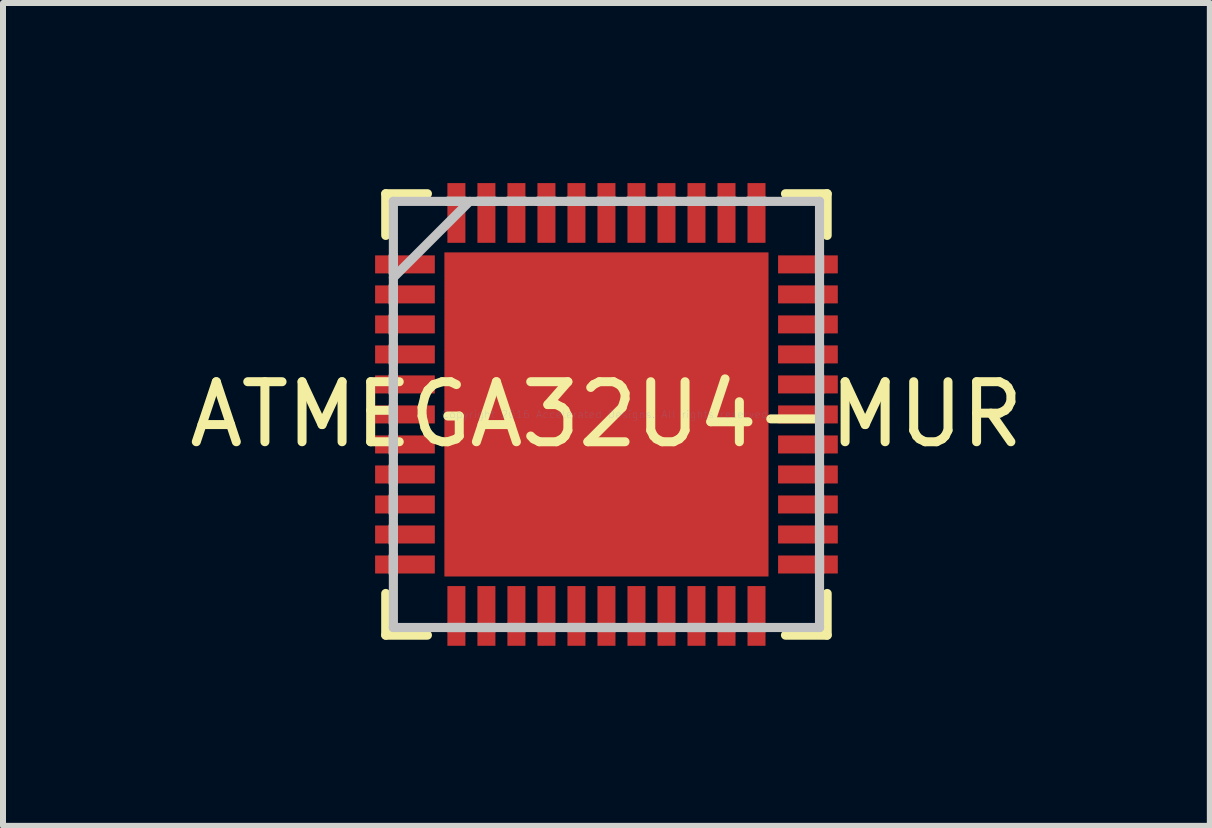
<source format=kicad_pcb>
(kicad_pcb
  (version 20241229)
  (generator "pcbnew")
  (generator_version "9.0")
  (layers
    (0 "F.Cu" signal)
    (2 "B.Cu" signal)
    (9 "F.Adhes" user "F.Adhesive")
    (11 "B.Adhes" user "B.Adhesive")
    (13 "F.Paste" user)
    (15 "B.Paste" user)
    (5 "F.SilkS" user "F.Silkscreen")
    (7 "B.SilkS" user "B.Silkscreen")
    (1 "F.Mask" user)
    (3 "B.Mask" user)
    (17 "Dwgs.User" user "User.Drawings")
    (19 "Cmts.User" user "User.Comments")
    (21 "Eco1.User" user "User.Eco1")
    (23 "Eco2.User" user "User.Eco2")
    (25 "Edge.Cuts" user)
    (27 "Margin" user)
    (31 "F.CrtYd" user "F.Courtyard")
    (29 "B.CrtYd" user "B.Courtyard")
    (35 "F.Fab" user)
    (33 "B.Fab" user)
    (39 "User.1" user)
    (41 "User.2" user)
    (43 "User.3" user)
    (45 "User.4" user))
  (footprint "ATMEGA32U4-MUR"
    (layer "F.Cu")
    (at 7.054 3.855)
    (property "Reference" "ATMEGA32U4-MUR" (at 0 0 0) (layer "F.SilkS") (effects (font (size 1 1) (thickness 0.15))))
    (attr through_hole)
    (fp_line (start -3.677 -3.677) (end -3.677 -2.983) (stroke (width 0.152) (type solid)) (layer "F.SilkS"))
    (fp_line (start -3.677 2.983) (end -3.677 3.677) (stroke (width 0.152) (type solid)) (layer "F.SilkS"))
    (fp_line (start -3.677 3.677) (end -2.983 3.677) (stroke (width 0.152) (type solid)) (layer "F.SilkS"))
    (fp_line (start -2.983 -3.677) (end -3.677 -3.677) (stroke (width 0.152) (type solid)) (layer "F.SilkS"))
    (fp_line (start 2.983 3.677) (end 3.677 3.677) (stroke (width 0.152) (type solid)) (layer "F.SilkS"))
    (fp_line (start 3.677 -3.677) (end 2.983 -3.677) (stroke (width 0.152) (type solid)) (layer "F.SilkS"))
    (fp_line (start 3.677 -2.983) (end 3.677 -3.677) (stroke (width 0.152) (type solid)) (layer "F.SilkS"))
    (fp_line (start 3.677 3.677) (end 3.677 2.983) (stroke (width 0.152) (type solid)) (layer "F.SilkS"))
    (fp_line (start -3.55 -3.55) (end -3.55 -3.55) (stroke (width 0.152) (type solid)) (layer "Dwgs.User"))
    (fp_line (start -3.55 -3.55) (end -3.55 3.55) (stroke (width 0.152) (type solid)) (layer "Dwgs.User"))
    (fp_line (start -3.55 -2.65) (end -3.55 -2.65) (stroke (width 0.152) (type solid)) (layer "Dwgs.User"))
    (fp_line (start -3.55 -2.65) (end -3.55 -2.35) (stroke (width 0.152) (type solid)) (layer "Dwgs.User"))
    (fp_line (start -3.55 -2.35) (end -3.55 -2.65) (stroke (width 0.152) (type solid)) (layer "Dwgs.User"))
    (fp_line (start -3.55 -2.35) (end -3.55 -2.35) (stroke (width 0.152) (type solid)) (layer "Dwgs.User"))
    (fp_line (start -3.55 -2.28) (end -2.28 -3.55) (stroke (width 0.152) (type solid)) (layer "Dwgs.User"))
    (fp_line (start -3.55 -2.15) (end -3.55 -2.15) (stroke (width 0.152) (type solid)) (layer "Dwgs.User"))
    (fp_line (start -3.55 -2.15) (end -3.55 -1.85) (stroke (width 0.152) (type solid)) (layer "Dwgs.User"))
    (fp_line (start -3.55 -1.85) (end -3.55 -2.15) (stroke (width 0.152) (type solid)) (layer "Dwgs.User"))
    (fp_line (start -3.55 -1.85) (end -3.55 -1.85) (stroke (width 0.152) (type solid)) (layer "Dwgs.User"))
    (fp_line (start -3.55 -1.65) (end -3.55 -1.65) (stroke (width 0.152) (type solid)) (layer "Dwgs.User"))
    (fp_line (start -3.55 -1.65) (end -3.55 -1.35) (stroke (width 0.152) (type solid)) (layer "Dwgs.User"))
    (fp_line (start -3.55 -1.35) (end -3.55 -1.65) (stroke (width 0.152) (type solid)) (layer "Dwgs.User"))
    (fp_line (start -3.55 -1.35) (end -3.55 -1.35) (stroke (width 0.152) (type solid)) (layer "Dwgs.User"))
    (fp_line (start -3.55 -1.15) (end -3.55 -1.15) (stroke (width 0.152) (type solid)) (layer "Dwgs.User"))
    (fp_line (start -3.55 -1.15) (end -3.55 -0.85) (stroke (width 0.152) (type solid)) (layer "Dwgs.User"))
    (fp_line (start -3.55 -0.85) (end -3.55 -1.15) (stroke (width 0.152) (type solid)) (layer "Dwgs.User"))
    (fp_line (start -3.55 -0.85) (end -3.55 -0.85) (stroke (width 0.152) (type solid)) (layer "Dwgs.User"))
    (fp_line (start -3.55 -0.65) (end -3.55 -0.65) (stroke (width 0.152) (type solid)) (layer "Dwgs.User"))
    (fp_line (start -3.55 -0.65) (end -3.55 -0.35) (stroke (width 0.152) (type solid)) (layer "Dwgs.User"))
    (fp_line (start -3.55 -0.35) (end -3.55 -0.65) (stroke (width 0.152) (type solid)) (layer "Dwgs.User"))
    (fp_line (start -3.55 -0.35) (end -3.55 -0.35) (stroke (width 0.152) (type solid)) (layer "Dwgs.User"))
    (fp_line (start -3.55 -0.15) (end -3.55 -0.15) (stroke (width 0.152) (type solid)) (layer "Dwgs.User"))
    (fp_line (start -3.55 -0.15) (end -3.55 0.15) (stroke (width 0.152) (type solid)) (layer "Dwgs.User"))
    (fp_line (start -3.55 0.15) (end -3.55 -0.15) (stroke (width 0.152) (type solid)) (layer "Dwgs.User"))
    (fp_line (start -3.55 0.15) (end -3.55 0.15) (stroke (width 0.152) (type solid)) (layer "Dwgs.User"))
    (fp_line (start -3.55 0.35) (end -3.55 0.35) (stroke (width 0.152) (type solid)) (layer "Dwgs.User"))
    (fp_line (start -3.55 0.35) (end -3.55 0.65) (stroke (width 0.152) (type solid)) (layer "Dwgs.User"))
    (fp_line (start -3.55 0.65) (end -3.55 0.35) (stroke (width 0.152) (type solid)) (layer "Dwgs.User"))
    (fp_line (start -3.55 0.65) (end -3.55 0.65) (stroke (width 0.152) (type solid)) (layer "Dwgs.User"))
    (fp_line (start -3.55 0.85) (end -3.55 0.85) (stroke (width 0.152) (type solid)) (layer "Dwgs.User"))
    (fp_line (start -3.55 0.85) (end -3.55 1.15) (stroke (width 0.152) (type solid)) (layer "Dwgs.User"))
    (fp_line (start -3.55 1.15) (end -3.55 0.85) (stroke (width 0.152) (type solid)) (layer "Dwgs.User"))
    (fp_line (start -3.55 1.15) (end -3.55 1.15) (stroke (width 0.152) (type solid)) (layer "Dwgs.User"))
    (fp_line (start -3.55 1.35) (end -3.55 1.35) (stroke (width 0.152) (type solid)) (layer "Dwgs.User"))
    (fp_line (start -3.55 1.35) (end -3.55 1.65) (stroke (width 0.152) (type solid)) (layer "Dwgs.User"))
    (fp_line (start -3.55 1.65) (end -3.55 1.35) (stroke (width 0.152) (type solid)) (layer "Dwgs.User"))
    (fp_line (start -3.55 1.65) (end -3.55 1.65) (stroke (width 0.152) (type solid)) (layer "Dwgs.User"))
    (fp_line (start -3.55 1.85) (end -3.55 1.85) (stroke (width 0.152) (type solid)) (layer "Dwgs.User"))
    (fp_line (start -3.55 1.85) (end -3.55 2.15) (stroke (width 0.152) (type solid)) (layer "Dwgs.User"))
    (fp_line (start -3.55 2.15) (end -3.55 1.85) (stroke (width 0.152) (type solid)) (layer "Dwgs.User"))
    (fp_line (start -3.55 2.15) (end -3.55 2.15) (stroke (width 0.152) (type solid)) (layer "Dwgs.User"))
    (fp_line (start -3.55 2.35) (end -3.55 2.35) (stroke (width 0.152) (type solid)) (layer "Dwgs.User"))
    (fp_line (start -3.55 2.35) (end -3.55 2.65) (stroke (width 0.152) (type solid)) (layer "Dwgs.User"))
    (fp_line (start -3.55 2.65) (end -3.55 2.35) (stroke (width 0.152) (type solid)) (layer "Dwgs.User"))
    (fp_line (start -3.55 2.65) (end -3.55 2.65) (stroke (width 0.152) (type solid)) (layer "Dwgs.User"))
    (fp_line (start -3.55 3.55) (end -3.55 3.55) (stroke (width 0.152) (type solid)) (layer "Dwgs.User"))
    (fp_line (start -3.55 3.55) (end 3.55 3.55) (stroke (width 0.152) (type solid)) (layer "Dwgs.User"))
    (fp_line (start -2.65 -3.55) (end -2.65 -3.55) (stroke (width 0.152) (type solid)) (layer "Dwgs.User"))
    (fp_line (start -2.65 -3.55) (end -2.35 -3.55) (stroke (width 0.152) (type solid)) (layer "Dwgs.User"))
    (fp_line (start -2.65 3.55) (end -2.65 3.55) (stroke (width 0.152) (type solid)) (layer "Dwgs.User"))
    (fp_line (start -2.65 3.55) (end -2.35 3.55) (stroke (width 0.152) (type solid)) (layer "Dwgs.User"))
    (fp_line (start -2.35 -3.55) (end -2.65 -3.55) (stroke (width 0.152) (type solid)) (layer "Dwgs.User"))
    (fp_line (start -2.35 -3.55) (end -2.35 -3.55) (stroke (width 0.152) (type solid)) (layer "Dwgs.User"))
    (fp_line (start -2.35 3.55) (end -2.65 3.55) (stroke (width 0.152) (type solid)) (layer "Dwgs.User"))
    (fp_line (start -2.35 3.55) (end -2.35 3.55) (stroke (width 0.152) (type solid)) (layer "Dwgs.User"))
    (fp_line (start -2.15 -3.55) (end -2.15 -3.55) (stroke (width 0.152) (type solid)) (layer "Dwgs.User"))
    (fp_line (start -2.15 -3.55) (end -1.85 -3.55) (stroke (width 0.152) (type solid)) (layer "Dwgs.User"))
    (fp_line (start -2.15 3.55) (end -2.15 3.55) (stroke (width 0.152) (type solid)) (layer "Dwgs.User"))
    (fp_line (start -2.15 3.55) (end -1.85 3.55) (stroke (width 0.152) (type solid)) (layer "Dwgs.User"))
    (fp_line (start -1.85 -3.55) (end -2.15 -3.55) (stroke (width 0.152) (type solid)) (layer "Dwgs.User"))
    (fp_line (start -1.85 -3.55) (end -1.85 -3.55) (stroke (width 0.152) (type solid)) (layer "Dwgs.User"))
    (fp_line (start -1.85 3.55) (end -2.15 3.55) (stroke (width 0.152) (type solid)) (layer "Dwgs.User"))
    (fp_line (start -1.85 3.55) (end -1.85 3.55) (stroke (width 0.152) (type solid)) (layer "Dwgs.User"))
    (fp_line (start -1.65 -3.55) (end -1.65 -3.55) (stroke (width 0.152) (type solid)) (layer "Dwgs.User"))
    (fp_line (start -1.65 -3.55) (end -1.35 -3.55) (stroke (width 0.152) (type solid)) (layer "Dwgs.User"))
    (fp_line (start -1.65 3.55) (end -1.65 3.55) (stroke (width 0.152) (type solid)) (layer "Dwgs.User"))
    (fp_line (start -1.65 3.55) (end -1.35 3.55) (stroke (width 0.152) (type solid)) (layer "Dwgs.User"))
    (fp_line (start -1.35 -3.55) (end -1.65 -3.55) (stroke (width 0.152) (type solid)) (layer "Dwgs.User"))
    (fp_line (start -1.35 -3.55) (end -1.35 -3.55) (stroke (width 0.152) (type solid)) (layer "Dwgs.User"))
    (fp_line (start -1.35 3.55) (end -1.65 3.55) (stroke (width 0.152) (type solid)) (layer "Dwgs.User"))
    (fp_line (start -1.35 3.55) (end -1.35 3.55) (stroke (width 0.152) (type solid)) (layer "Dwgs.User"))
    (fp_line (start -1.15 -3.55) (end -1.15 -3.55) (stroke (width 0.152) (type solid)) (layer "Dwgs.User"))
    (fp_line (start -1.15 -3.55) (end -0.85 -3.55) (stroke (width 0.152) (type solid)) (layer "Dwgs.User"))
    (fp_line (start -1.15 3.55) (end -1.15 3.55) (stroke (width 0.152) (type solid)) (layer "Dwgs.User"))
    (fp_line (start -1.15 3.55) (end -0.85 3.55) (stroke (width 0.152) (type solid)) (layer "Dwgs.User"))
    (fp_line (start -0.85 -3.55) (end -1.15 -3.55) (stroke (width 0.152) (type solid)) (layer "Dwgs.User"))
    (fp_line (start -0.85 -3.55) (end -0.85 -3.55) (stroke (width 0.152) (type solid)) (layer "Dwgs.User"))
    (fp_line (start -0.85 3.55) (end -1.15 3.55) (stroke (width 0.152) (type solid)) (layer "Dwgs.User"))
    (fp_line (start -0.85 3.55) (end -0.85 3.55) (stroke (width 0.152) (type solid)) (layer "Dwgs.User"))
    (fp_line (start -0.65 -3.55) (end -0.65 -3.55) (stroke (width 0.152) (type solid)) (layer "Dwgs.User"))
    (fp_line (start -0.65 -3.55) (end -0.35 -3.55) (stroke (width 0.152) (type solid)) (layer "Dwgs.User"))
    (fp_line (start -0.65 3.55) (end -0.65 3.55) (stroke (width 0.152) (type solid)) (layer "Dwgs.User"))
    (fp_line (start -0.65 3.55) (end -0.35 3.55) (stroke (width 0.152) (type solid)) (layer "Dwgs.User"))
    (fp_line (start -0.35 -3.55) (end -0.65 -3.55) (stroke (width 0.152) (type solid)) (layer "Dwgs.User"))
    (fp_line (start -0.35 -3.55) (end -0.35 -3.55) (stroke (width 0.152) (type solid)) (layer "Dwgs.User"))
    (fp_line (start -0.35 3.55) (end -0.65 3.55) (stroke (width 0.152) (type solid)) (layer "Dwgs.User"))
    (fp_line (start -0.35 3.55) (end -0.35 3.55) (stroke (width 0.152) (type solid)) (layer "Dwgs.User"))
    (fp_line (start -0.15 -3.55) (end -0.15 -3.55) (stroke (width 0.152) (type solid)) (layer "Dwgs.User"))
    (fp_line (start -0.15 -3.55) (end 0.15 -3.55) (stroke (width 0.152) (type solid)) (layer "Dwgs.User"))
    (fp_line (start -0.15 3.55) (end -0.15 3.55) (stroke (width 0.152) (type solid)) (layer "Dwgs.User"))
    (fp_line (start -0.15 3.55) (end 0.15 3.55) (stroke (width 0.152) (type solid)) (layer "Dwgs.User"))
    (fp_line (start 0.15 -3.55) (end -0.15 -3.55) (stroke (width 0.152) (type solid)) (layer "Dwgs.User"))
    (fp_line (start 0.15 -3.55) (end 0.15 -3.55) (stroke (width 0.152) (type solid)) (layer "Dwgs.User"))
    (fp_line (start 0.15 3.55) (end -0.15 3.55) (stroke (width 0.152) (type solid)) (layer "Dwgs.User"))
    (fp_line (start 0.15 3.55) (end 0.15 3.55) (stroke (width 0.152) (type solid)) (layer "Dwgs.User"))
    (fp_line (start 0.35 -3.55) (end 0.35 -3.55) (stroke (width 0.152) (type solid)) (layer "Dwgs.User"))
    (fp_line (start 0.35 -3.55) (end 0.65 -3.55) (stroke (width 0.152) (type solid)) (layer "Dwgs.User"))
    (fp_line (start 0.35 3.55) (end 0.35 3.55) (stroke (width 0.152) (type solid)) (layer "Dwgs.User"))
    (fp_line (start 0.35 3.55) (end 0.65 3.55) (stroke (width 0.152) (type solid)) (layer "Dwgs.User"))
    (fp_line (start 0.65 -3.55) (end 0.35 -3.55) (stroke (width 0.152) (type solid)) (layer "Dwgs.User"))
    (fp_line (start 0.65 -3.55) (end 0.65 -3.55) (stroke (width 0.152) (type solid)) (layer "Dwgs.User"))
    (fp_line (start 0.65 3.55) (end 0.35 3.55) (stroke (width 0.152) (type solid)) (layer "Dwgs.User"))
    (fp_line (start 0.65 3.55) (end 0.65 3.55) (stroke (width 0.152) (type solid)) (layer "Dwgs.User"))
    (fp_line (start 0.85 -3.55) (end 0.85 -3.55) (stroke (width 0.152) (type solid)) (layer "Dwgs.User"))
    (fp_line (start 0.85 -3.55) (end 1.15 -3.55) (stroke (width 0.152) (type solid)) (layer "Dwgs.User"))
    (fp_line (start 0.85 3.55) (end 0.85 3.55) (stroke (width 0.152) (type solid)) (layer "Dwgs.User"))
    (fp_line (start 0.85 3.55) (end 1.15 3.55) (stroke (width 0.152) (type solid)) (layer "Dwgs.User"))
    (fp_line (start 1.15 -3.55) (end 0.85 -3.55) (stroke (width 0.152) (type solid)) (layer "Dwgs.User"))
    (fp_line (start 1.15 -3.55) (end 1.15 -3.55) (stroke (width 0.152) (type solid)) (layer "Dwgs.User"))
    (fp_line (start 1.15 3.55) (end 0.85 3.55) (stroke (width 0.152) (type solid)) (layer "Dwgs.User"))
    (fp_line (start 1.15 3.55) (end 1.15 3.55) (stroke (width 0.152) (type solid)) (layer "Dwgs.User"))
    (fp_line (start 1.35 -3.55) (end 1.35 -3.55) (stroke (width 0.152) (type solid)) (layer "Dwgs.User"))
    (fp_line (start 1.35 -3.55) (end 1.65 -3.55) (stroke (width 0.152) (type solid)) (layer "Dwgs.User"))
    (fp_line (start 1.35 3.55) (end 1.35 3.55) (stroke (width 0.152) (type solid)) (layer "Dwgs.User"))
    (fp_line (start 1.35 3.55) (end 1.65 3.55) (stroke (width 0.152) (type solid)) (layer "Dwgs.User"))
    (fp_line (start 1.65 -3.55) (end 1.35 -3.55) (stroke (width 0.152) (type solid)) (layer "Dwgs.User"))
    (fp_line (start 1.65 -3.55) (end 1.65 -3.55) (stroke (width 0.152) (type solid)) (layer "Dwgs.User"))
    (fp_line (start 1.65 3.55) (end 1.35 3.55) (stroke (width 0.152) (type solid)) (layer "Dwgs.User"))
    (fp_line (start 1.65 3.55) (end 1.65 3.55) (stroke (width 0.152) (type solid)) (layer "Dwgs.User"))
    (fp_line (start 1.85 -3.55) (end 1.85 -3.55) (stroke (width 0.152) (type solid)) (layer "Dwgs.User"))
    (fp_line (start 1.85 -3.55) (end 2.15 -3.55) (stroke (width 0.152) (type solid)) (layer "Dwgs.User"))
    (fp_line (start 1.85 3.55) (end 1.85 3.55) (stroke (width 0.152) (type solid)) (layer "Dwgs.User"))
    (fp_line (start 1.85 3.55) (end 2.15 3.55) (stroke (width 0.152) (type solid)) (layer "Dwgs.User"))
    (fp_line (start 2.15 -3.55) (end 1.85 -3.55) (stroke (width 0.152) (type solid)) (layer "Dwgs.User"))
    (fp_line (start 2.15 -3.55) (end 2.15 -3.55) (stroke (width 0.152) (type solid)) (layer "Dwgs.User"))
    (fp_line (start 2.15 3.55) (end 1.85 3.55) (stroke (width 0.152) (type solid)) (layer "Dwgs.User"))
    (fp_line (start 2.15 3.55) (end 2.15 3.55) (stroke (width 0.152) (type solid)) (layer "Dwgs.User"))
    (fp_line (start 2.35 -3.55) (end 2.35 -3.55) (stroke (width 0.152) (type solid)) (layer "Dwgs.User"))
    (fp_line (start 2.35 -3.55) (end 2.65 -3.55) (stroke (width 0.152) (type solid)) (layer "Dwgs.User"))
    (fp_line (start 2.35 3.55) (end 2.35 3.55) (stroke (width 0.152) (type solid)) (layer "Dwgs.User"))
    (fp_line (start 2.35 3.55) (end 2.65 3.55) (stroke (width 0.152) (type solid)) (layer "Dwgs.User"))
    (fp_line (start 2.65 -3.55) (end 2.35 -3.55) (stroke (width 0.152) (type solid)) (layer "Dwgs.User"))
    (fp_line (start 2.65 -3.55) (end 2.65 -3.55) (stroke (width 0.152) (type solid)) (layer "Dwgs.User"))
    (fp_line (start 2.65 3.55) (end 2.35 3.55) (stroke (width 0.152) (type solid)) (layer "Dwgs.User"))
    (fp_line (start 2.65 3.55) (end 2.65 3.55) (stroke (width 0.152) (type solid)) (layer "Dwgs.User"))
    (fp_line (start 3.55 -3.55) (end -3.55 -3.55) (stroke (width 0.152) (type solid)) (layer "Dwgs.User"))
    (fp_line (start 3.55 -3.55) (end 3.55 -3.55) (stroke (width 0.152) (type solid)) (layer "Dwgs.User"))
    (fp_line (start 3.55 -2.65) (end 3.55 -2.65) (stroke (width 0.152) (type solid)) (layer "Dwgs.User"))
    (fp_line (start 3.55 -2.65) (end 3.55 -2.35) (stroke (width 0.152) (type solid)) (layer "Dwgs.User"))
    (fp_line (start 3.55 -2.35) (end 3.55 -2.65) (stroke (width 0.152) (type solid)) (layer "Dwgs.User"))
    (fp_line (start 3.55 -2.35) (end 3.55 -2.35) (stroke (width 0.152) (type solid)) (layer "Dwgs.User"))
    (fp_line (start 3.55 -2.15) (end 3.55 -2.15) (stroke (width 0.152) (type solid)) (layer "Dwgs.User"))
    (fp_line (start 3.55 -2.15) (end 3.55 -1.85) (stroke (width 0.152) (type solid)) (layer "Dwgs.User"))
    (fp_line (start 3.55 -1.85) (end 3.55 -2.15) (stroke (width 0.152) (type solid)) (layer "Dwgs.User"))
    (fp_line (start 3.55 -1.85) (end 3.55 -1.85) (stroke (width 0.152) (type solid)) (layer "Dwgs.User"))
    (fp_line (start 3.55 -1.65) (end 3.55 -1.65) (stroke (width 0.152) (type solid)) (layer "Dwgs.User"))
    (fp_line (start 3.55 -1.65) (end 3.55 -1.35) (stroke (width 0.152) (type solid)) (layer "Dwgs.User"))
    (fp_line (start 3.55 -1.35) (end 3.55 -1.65) (stroke (width 0.152) (type solid)) (layer "Dwgs.User"))
    (fp_line (start 3.55 -1.35) (end 3.55 -1.35) (stroke (width 0.152) (type solid)) (layer "Dwgs.User"))
    (fp_line (start 3.55 -1.15) (end 3.55 -1.15) (stroke (width 0.152) (type solid)) (layer "Dwgs.User"))
    (fp_line (start 3.55 -1.15) (end 3.55 -0.85) (stroke (width 0.152) (type solid)) (layer "Dwgs.User"))
    (fp_line (start 3.55 -0.85) (end 3.55 -1.15) (stroke (width 0.152) (type solid)) (layer "Dwgs.User"))
    (fp_line (start 3.55 -0.85) (end 3.55 -0.85) (stroke (width 0.152) (type solid)) (layer "Dwgs.User"))
    (fp_line (start 3.55 -0.65) (end 3.55 -0.65) (stroke (width 0.152) (type solid)) (layer "Dwgs.User"))
    (fp_line (start 3.55 -0.65) (end 3.55 -0.35) (stroke (width 0.152) (type solid)) (layer "Dwgs.User"))
    (fp_line (start 3.55 -0.35) (end 3.55 -0.65) (stroke (width 0.152) (type solid)) (layer "Dwgs.User"))
    (fp_line (start 3.55 -0.35) (end 3.55 -0.35) (stroke (width 0.152) (type solid)) (layer "Dwgs.User"))
    (fp_line (start 3.55 -0.15) (end 3.55 -0.15) (stroke (width 0.152) (type solid)) (layer "Dwgs.User"))
    (fp_line (start 3.55 -0.15) (end 3.55 0.15) (stroke (width 0.152) (type solid)) (layer "Dwgs.User"))
    (fp_line (start 3.55 0.15) (end 3.55 -0.15) (stroke (width 0.152) (type solid)) (layer "Dwgs.User"))
    (fp_line (start 3.55 0.15) (end 3.55 0.15) (stroke (width 0.152) (type solid)) (layer "Dwgs.User"))
    (fp_line (start 3.55 0.35) (end 3.55 0.35) (stroke (width 0.152) (type solid)) (layer "Dwgs.User"))
    (fp_line (start 3.55 0.35) (end 3.55 0.65) (stroke (width 0.152) (type solid)) (layer "Dwgs.User"))
    (fp_line (start 3.55 0.65) (end 3.55 0.35) (stroke (width 0.152) (type solid)) (layer "Dwgs.User"))
    (fp_line (start 3.55 0.65) (end 3.55 0.65) (stroke (width 0.152) (type solid)) (layer "Dwgs.User"))
    (fp_line (start 3.55 0.85) (end 3.55 0.85) (stroke (width 0.152) (type solid)) (layer "Dwgs.User"))
    (fp_line (start 3.55 0.85) (end 3.55 1.15) (stroke (width 0.152) (type solid)) (layer "Dwgs.User"))
    (fp_line (start 3.55 1.15) (end 3.55 0.85) (stroke (width 0.152) (type solid)) (layer "Dwgs.User"))
    (fp_line (start 3.55 1.15) (end 3.55 1.15) (stroke (width 0.152) (type solid)) (layer "Dwgs.User"))
    (fp_line (start 3.55 1.35) (end 3.55 1.35) (stroke (width 0.152) (type solid)) (layer "Dwgs.User"))
    (fp_line (start 3.55 1.35) (end 3.55 1.65) (stroke (width 0.152) (type solid)) (layer "Dwgs.User"))
    (fp_line (start 3.55 1.65) (end 3.55 1.35) (stroke (width 0.152) (type solid)) (layer "Dwgs.User"))
    (fp_line (start 3.55 1.65) (end 3.55 1.65) (stroke (width 0.152) (type solid)) (layer "Dwgs.User"))
    (fp_line (start 3.55 1.85) (end 3.55 1.85) (stroke (width 0.152) (type solid)) (layer "Dwgs.User"))
    (fp_line (start 3.55 1.85) (end 3.55 2.15) (stroke (width 0.152) (type solid)) (layer "Dwgs.User"))
    (fp_line (start 3.55 2.15) (end 3.55 1.85) (stroke (width 0.152) (type solid)) (layer "Dwgs.User"))
    (fp_line (start 3.55 2.15) (end 3.55 2.15) (stroke (width 0.152) (type solid)) (layer "Dwgs.User"))
    (fp_line (start 3.55 2.35) (end 3.55 2.35) (stroke (width 0.152) (type solid)) (layer "Dwgs.User"))
    (fp_line (start 3.55 2.35) (end 3.55 2.65) (stroke (width 0.152) (type solid)) (layer "Dwgs.User"))
    (fp_line (start 3.55 2.65) (end 3.55 2.35) (stroke (width 0.152) (type solid)) (layer "Dwgs.User"))
    (fp_line (start 3.55 2.65) (end 3.55 2.65) (stroke (width 0.152) (type solid)) (layer "Dwgs.User"))
    (fp_line (start 3.55 3.55) (end 3.55 -3.55) (stroke (width 0.152) (type solid)) (layer "Dwgs.User"))
    (fp_line (start 3.55 3.55) (end 3.55 3.55) (stroke (width 0.152) (type solid)) (layer "Dwgs.User"))
    (fp_text user "Copyright 2016 Accelerated Designs. All rights reserved." (at 0 0 0) (layer "Cmts.User") (effects (font (size 0.127 0.127) (thickness 0.002))))
    (pad "" smd rect (at 0 0) (size 0.025 0.025) (layers "F.Paste"))
    (pad "1" smd rect (at 0 -3.357) (size 0.3 0.995) (layers "F.Cu"))
    (pad "2" smd rect (at -0.5 -3.357) (size 0.3 0.995) (layers "F.Cu"))
    (pad "3" smd rect (at -1 -3.357) (size 0.3 0.995) (layers "F.Cu"))
    (pad "4" smd rect (at -1.5 -3.357) (size 0.3 0.995) (layers "F.Cu"))
    (pad "5" smd rect (at -2 -3.357) (size 0.3 0.995) (layers "F.Cu"))
    (pad "6" smd rect (at -2.5 -3.357) (size 0.3 0.995) (layers "F.Cu"))
    (pad "7" smd rect (at -3.357 -2.5 90) (size 0.3 0.995) (layers "F.Cu"))
    (pad "8" smd rect (at -3.357 -2 90) (size 0.3 0.995) (layers "F.Cu"))
    (pad "9" smd rect (at -3.357 -1.5 90) (size 0.3 0.995) (layers "F.Cu"))
    (pad "10" smd rect (at -3.357 -1 90) (size 0.3 0.995) (layers "F.Cu"))
    (pad "11" smd rect (at -3.357 -0.5 90) (size 0.3 0.995) (layers "F.Cu"))
    (pad "12" smd rect (at -3.357 0 90) (size 0.3 0.995) (layers "F.Cu"))
    (pad "13" smd rect (at -3.357 0.5 90) (size 0.3 0.995) (layers "F.Cu"))
    (pad "14" smd rect (at -3.357 1 90) (size 0.3 0.995) (layers "F.Cu"))
    (pad "15" smd rect (at -3.357 1.5 90) (size 0.3 0.995) (layers "F.Cu"))
    (pad "16" smd rect (at -3.357 2 90) (size 0.3 0.995) (layers "F.Cu"))
    (pad "17" smd rect (at -3.357 2.5 90) (size 0.3 0.995) (layers "F.Cu"))
    (pad "18" smd rect (at -2.5 3.357) (size 0.3 0.995) (layers "F.Cu"))
    (pad "19" smd rect (at -2 3.357) (size 0.3 0.995) (layers "F.Cu"))
    (pad "20" smd rect (at -1.5 3.357) (size 0.3 0.995) (layers "F.Cu"))
    (pad "21" smd rect (at -1 3.357) (size 0.3 0.995) (layers "F.Cu"))
    (pad "22" smd rect (at -0.5 3.357) (size 0.3 0.995) (layers "F.Cu"))
    (pad "23" smd rect (at 0 3.357) (size 0.3 0.995) (layers "F.Cu"))
    (pad "24" smd rect (at 0.5 3.357) (size 0.3 0.995) (layers "F.Cu"))
    (pad "25" smd rect (at 1 3.357) (size 0.3 0.995) (layers "F.Cu"))
    (pad "26" smd rect (at 1.5 3.357) (size 0.3 0.995) (layers "F.Cu"))
    (pad "27" smd rect (at 2 3.357) (size 0.3 0.995) (layers "F.Cu"))
    (pad "28" smd rect (at 2.5 3.357) (size 0.3 0.995) (layers "F.Cu"))
    (pad "29" smd rect (at 3.357 2.5 90) (size 0.3 0.995) (layers "F.Cu"))
    (pad "30" smd rect (at 3.357 2 90) (size 0.3 0.995) (layers "F.Cu"))
    (pad "31" smd rect (at 3.357 1.5 90) (size 0.3 0.995) (layers "F.Cu"))
    (pad "32" smd rect (at 3.357 1 90) (size 0.3 0.995) (layers "F.Cu"))
    (pad "33" smd rect (at 3.357 0.5 90) (size 0.3 0.995) (layers "F.Cu"))
    (pad "34" smd rect (at 3.357 0 90) (size 0.3 0.995) (layers "F.Cu"))
    (pad "35" smd rect (at 3.357 -0.5 90) (size 0.3 0.995) (layers "F.Cu"))
    (pad "36" smd rect (at 3.357 -1 90) (size 0.3 0.995) (layers "F.Cu"))
    (pad "37" smd rect (at 3.357 -1.5 90) (size 0.3 0.995) (layers "F.Cu"))
    (pad "38" smd rect (at 3.357 -2 90) (size 0.3 0.995) (layers "F.Cu"))
    (pad "39" smd rect (at 3.357 -2.5 90) (size 0.3 0.995) (layers "F.Cu"))
    (pad "40" smd rect (at 2.5 -3.357) (size 0.3 0.995) (layers "F.Cu"))
    (pad "41" smd rect (at 2 -3.357) (size 0.3 0.995) (layers "F.Cu"))
    (pad "42" smd rect (at 1.5 -3.357) (size 0.3 0.995) (layers "F.Cu"))
    (pad "43" smd rect (at 1 -3.357) (size 0.3 0.995) (layers "F.Cu"))
    (pad "44" smd rect (at 0.5 -3.357) (size 0.3 0.995) (layers "F.Cu"))
    (pad "45" smd rect (at 0 0) (size 5.4 5.4) (layers "F.Cu")))
  (gr_rect
    (start -3 -3)
    (end 17.107 10.71)
    (stroke (width 0.1) (type default))
    (fill no)
    (layer "Edge.Cuts")))
</source>
